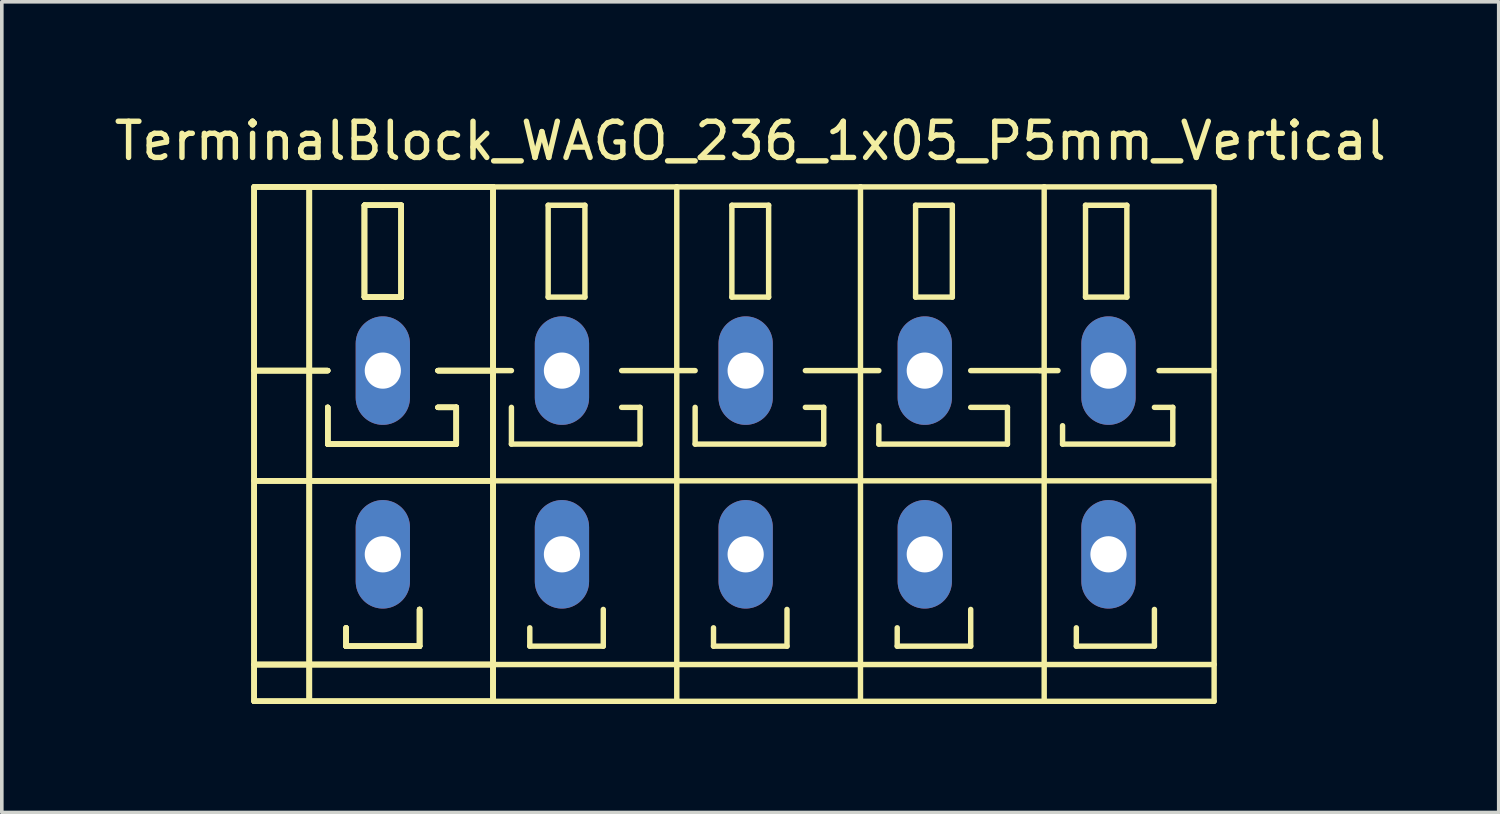
<source format=kicad_pcb>
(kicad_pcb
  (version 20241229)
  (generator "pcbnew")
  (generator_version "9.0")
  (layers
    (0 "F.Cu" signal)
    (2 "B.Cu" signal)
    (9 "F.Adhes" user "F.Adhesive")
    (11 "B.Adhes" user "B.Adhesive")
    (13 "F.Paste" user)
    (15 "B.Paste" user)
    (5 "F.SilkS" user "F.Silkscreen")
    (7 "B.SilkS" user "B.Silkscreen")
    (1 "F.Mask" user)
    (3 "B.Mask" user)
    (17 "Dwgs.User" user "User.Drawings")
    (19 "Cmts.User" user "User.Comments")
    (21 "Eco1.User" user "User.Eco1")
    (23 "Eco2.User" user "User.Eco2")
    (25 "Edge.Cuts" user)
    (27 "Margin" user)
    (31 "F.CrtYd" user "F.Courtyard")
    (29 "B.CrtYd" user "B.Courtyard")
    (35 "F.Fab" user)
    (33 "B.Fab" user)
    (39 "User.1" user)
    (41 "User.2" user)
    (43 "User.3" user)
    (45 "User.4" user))
  (footprint "TerminalBlock_WAGO_236_1x05_P5mm_Vertical"
    (layer "F.Cu")
    (at 17.696 9.738)
    (property "Reference" "TerminalBlock_WAGO_236_1x05_P5mm_Vertical" (at 0 -8.89 0) (layer "F.SilkS") (effects (font (size 1 1) (thickness 0.15))))
    (attr through_hole)
    (fp_line (start -13.716 -7.62) (end -12.192 -7.62) (stroke (width 0.15) (type solid)) (layer "F.SilkS"))
    (fp_line (start -13.716 -7.62) (end -12.192 -7.62) (stroke (width 0.15) (type solid)) (layer "F.SilkS"))
    (fp_line (start -13.716 -7.62) (end -12.192 -7.62) (stroke (width 0.15) (type solid)) (layer "F.SilkS"))
    (fp_line (start -13.716 -7.62) (end -12.192 -7.62) (stroke (width 0.15) (type solid)) (layer "F.SilkS"))
    (fp_line (start -13.716 -2.54) (end -11.684 -2.54) (stroke (width 0.15) (type solid)) (layer "F.SilkS"))
    (fp_line (start -13.716 -2.54) (end -11.684 -2.54) (stroke (width 0.15) (type solid)) (layer "F.SilkS"))
    (fp_line (start -13.716 -2.54) (end -11.684 -2.54) (stroke (width 0.15) (type solid)) (layer "F.SilkS"))
    (fp_line (start -13.716 -2.54) (end -11.684 -2.54) (stroke (width 0.15) (type solid)) (layer "F.SilkS"))
    (fp_line (start -13.716 0.508) (end -7.112 0.508) (stroke (width 0.15) (type solid)) (layer "F.SilkS"))
    (fp_line (start -13.716 0.508) (end -7.112 0.508) (stroke (width 0.15) (type solid)) (layer "F.SilkS"))
    (fp_line (start -13.716 0.508) (end -7.112 0.508) (stroke (width 0.15) (type solid)) (layer "F.SilkS"))
    (fp_line (start -13.716 0.508) (end -7.112 0.508) (stroke (width 0.15) (type solid)) (layer "F.SilkS"))
    (fp_line (start -13.716 5.588) (end -7.112 5.588) (stroke (width 0.15) (type solid)) (layer "F.SilkS"))
    (fp_line (start -13.716 5.588) (end -7.112 5.588) (stroke (width 0.15) (type solid)) (layer "F.SilkS"))
    (fp_line (start -13.716 5.588) (end -7.112 5.588) (stroke (width 0.15) (type solid)) (layer "F.SilkS"))
    (fp_line (start -13.716 5.588) (end -7.112 5.588) (stroke (width 0.15) (type solid)) (layer "F.SilkS"))
    (fp_line (start -13.716 6.604) (end -13.716 -7.62) (stroke (width 0.15) (type solid)) (layer "F.SilkS"))
    (fp_line (start -13.716 6.604) (end -13.716 -7.62) (stroke (width 0.15) (type solid)) (layer "F.SilkS"))
    (fp_line (start -13.716 6.604) (end -13.716 -7.62) (stroke (width 0.15) (type solid)) (layer "F.SilkS"))
    (fp_line (start -13.716 6.604) (end -13.716 -7.62) (stroke (width 0.15) (type solid)) (layer "F.SilkS"))
    (fp_line (start -12.192 -7.62) (end -10.16 -7.62) (stroke (width 0.15) (type solid)) (layer "F.SilkS"))
    (fp_line (start -12.192 -7.62) (end -10.16 -7.62) (stroke (width 0.15) (type solid)) (layer "F.SilkS"))
    (fp_line (start -12.192 -7.62) (end -10.16 -7.62) (stroke (width 0.15) (type solid)) (layer "F.SilkS"))
    (fp_line (start -12.192 -7.62) (end -10.16 -7.62) (stroke (width 0.15) (type solid)) (layer "F.SilkS"))
    (fp_line (start -12.192 6.604) (end -13.716 6.604) (stroke (width 0.15) (type solid)) (layer "F.SilkS"))
    (fp_line (start -12.192 6.604) (end -13.716 6.604) (stroke (width 0.15) (type solid)) (layer "F.SilkS"))
    (fp_line (start -12.192 6.604) (end -13.716 6.604) (stroke (width 0.15) (type solid)) (layer "F.SilkS"))
    (fp_line (start -12.192 6.604) (end -13.716 6.604) (stroke (width 0.15) (type solid)) (layer "F.SilkS"))
    (fp_line (start -12.192 6.604) (end -12.192 -7.62) (stroke (width 0.15) (type solid)) (layer "F.SilkS"))
    (fp_line (start -12.192 6.604) (end -12.192 -7.62) (stroke (width 0.15) (type solid)) (layer "F.SilkS"))
    (fp_line (start -12.192 6.604) (end -12.192 -7.62) (stroke (width 0.15) (type solid)) (layer "F.SilkS"))
    (fp_line (start -12.192 6.604) (end -12.192 -7.62) (stroke (width 0.15) (type solid)) (layer "F.SilkS"))
    (fp_line (start -11.684 -1.524) (end -11.684 -0.508) (stroke (width 0.15) (type solid)) (layer "F.SilkS"))
    (fp_line (start -11.684 -1.524) (end -11.684 -0.508) (stroke (width 0.15) (type solid)) (layer "F.SilkS"))
    (fp_line (start -11.684 -1.524) (end -11.684 -0.508) (stroke (width 0.15) (type solid)) (layer "F.SilkS"))
    (fp_line (start -11.684 -1.524) (end -11.684 -0.508) (stroke (width 0.15) (type solid)) (layer "F.SilkS"))
    (fp_line (start -11.684 -0.508) (end -8.128 -0.508) (stroke (width 0.15) (type solid)) (layer "F.SilkS"))
    (fp_line (start -11.684 -0.508) (end -8.128 -0.508) (stroke (width 0.15) (type solid)) (layer "F.SilkS"))
    (fp_line (start -11.684 -0.508) (end -8.128 -0.508) (stroke (width 0.15) (type solid)) (layer "F.SilkS"))
    (fp_line (start -11.684 -0.508) (end -8.128 -0.508) (stroke (width 0.15) (type solid)) (layer "F.SilkS"))
    (fp_line (start -11.176 4.572) (end -11.176 5.08) (stroke (width 0.15) (type solid)) (layer "F.SilkS"))
    (fp_line (start -11.176 4.572) (end -11.176 5.08) (stroke (width 0.15) (type solid)) (layer "F.SilkS"))
    (fp_line (start -11.176 4.572) (end -11.176 5.08) (stroke (width 0.15) (type solid)) (layer "F.SilkS"))
    (fp_line (start -11.176 4.572) (end -11.176 5.08) (stroke (width 0.15) (type solid)) (layer "F.SilkS"))
    (fp_line (start -11.176 5.08) (end -9.144 5.08) (stroke (width 0.15) (type solid)) (layer "F.SilkS"))
    (fp_line (start -11.176 5.08) (end -9.144 5.08) (stroke (width 0.15) (type solid)) (layer "F.SilkS"))
    (fp_line (start -11.176 5.08) (end -9.144 5.08) (stroke (width 0.15) (type solid)) (layer "F.SilkS"))
    (fp_line (start -11.176 5.08) (end -9.144 5.08) (stroke (width 0.15) (type solid)) (layer "F.SilkS"))
    (fp_line (start -10.668 -7.112) (end -9.652 -7.112) (stroke (width 0.15) (type solid)) (layer "F.SilkS"))
    (fp_line (start -10.668 -7.112) (end -9.652 -7.112) (stroke (width 0.15) (type solid)) (layer "F.SilkS"))
    (fp_line (start -10.668 -7.112) (end -9.652 -7.112) (stroke (width 0.15) (type solid)) (layer "F.SilkS"))
    (fp_line (start -10.668 -7.112) (end -9.652 -7.112) (stroke (width 0.15) (type solid)) (layer "F.SilkS"))
    (fp_line (start -10.668 -4.572) (end -10.668 -7.112) (stroke (width 0.15) (type solid)) (layer "F.SilkS"))
    (fp_line (start -10.668 -4.572) (end -10.668 -7.112) (stroke (width 0.15) (type solid)) (layer "F.SilkS"))
    (fp_line (start -10.668 -4.572) (end -10.668 -7.112) (stroke (width 0.15) (type solid)) (layer "F.SilkS"))
    (fp_line (start -10.668 -4.572) (end -10.668 -7.112) (stroke (width 0.15) (type solid)) (layer "F.SilkS"))
    (fp_line (start -10.16 -7.62) (end -7.112 -7.62) (stroke (width 0.15) (type solid)) (layer "F.SilkS"))
    (fp_line (start -10.16 -7.62) (end -7.112 -7.62) (stroke (width 0.15) (type solid)) (layer "F.SilkS"))
    (fp_line (start -10.16 -7.62) (end -7.112 -7.62) (stroke (width 0.15) (type solid)) (layer "F.SilkS"))
    (fp_line (start -10.16 -7.62) (end -7.112 -7.62) (stroke (width 0.15) (type solid)) (layer "F.SilkS"))
    (fp_line (start -9.652 -7.112) (end -9.652 -4.572) (stroke (width 0.15) (type solid)) (layer "F.SilkS"))
    (fp_line (start -9.652 -7.112) (end -9.652 -4.572) (stroke (width 0.15) (type solid)) (layer "F.SilkS"))
    (fp_line (start -9.652 -7.112) (end -9.652 -4.572) (stroke (width 0.15) (type solid)) (layer "F.SilkS"))
    (fp_line (start -9.652 -7.112) (end -9.652 -4.572) (stroke (width 0.15) (type solid)) (layer "F.SilkS"))
    (fp_line (start -9.652 -4.572) (end -10.668 -4.572) (stroke (width 0.15) (type solid)) (layer "F.SilkS"))
    (fp_line (start -9.652 -4.572) (end -10.668 -4.572) (stroke (width 0.15) (type solid)) (layer "F.SilkS"))
    (fp_line (start -9.652 -4.572) (end -10.668 -4.572) (stroke (width 0.15) (type solid)) (layer "F.SilkS"))
    (fp_line (start -9.652 -4.572) (end -10.668 -4.572) (stroke (width 0.15) (type solid)) (layer "F.SilkS"))
    (fp_line (start -9.144 5.08) (end -9.144 4.064) (stroke (width 0.15) (type solid)) (layer "F.SilkS"))
    (fp_line (start -9.144 5.08) (end -9.144 4.064) (stroke (width 0.15) (type solid)) (layer "F.SilkS"))
    (fp_line (start -9.144 5.08) (end -9.144 4.064) (stroke (width 0.15) (type solid)) (layer "F.SilkS"))
    (fp_line (start -9.144 5.08) (end -9.144 4.064) (stroke (width 0.15) (type solid)) (layer "F.SilkS"))
    (fp_line (start -8.636 -2.54) (end -7.112 -2.54) (stroke (width 0.15) (type solid)) (layer "F.SilkS"))
    (fp_line (start -8.636 -2.54) (end -7.112 -2.54) (stroke (width 0.15) (type solid)) (layer "F.SilkS"))
    (fp_line (start -8.636 -2.54) (end -7.112 -2.54) (stroke (width 0.15) (type solid)) (layer "F.SilkS"))
    (fp_line (start -8.636 -2.54) (end -7.112 -2.54) (stroke (width 0.15) (type solid)) (layer "F.SilkS"))
    (fp_line (start -8.128 -1.524) (end -8.636 -1.524) (stroke (width 0.15) (type solid)) (layer "F.SilkS"))
    (fp_line (start -8.128 -1.524) (end -8.636 -1.524) (stroke (width 0.15) (type solid)) (layer "F.SilkS"))
    (fp_line (start -8.128 -1.524) (end -8.636 -1.524) (stroke (width 0.15) (type solid)) (layer "F.SilkS"))
    (fp_line (start -8.128 -1.524) (end -8.636 -1.524) (stroke (width 0.15) (type solid)) (layer "F.SilkS"))
    (fp_line (start -8.128 -0.508) (end -8.128 -1.524) (stroke (width 0.15) (type solid)) (layer "F.SilkS"))
    (fp_line (start -8.128 -0.508) (end -8.128 -1.524) (stroke (width 0.15) (type solid)) (layer "F.SilkS"))
    (fp_line (start -8.128 -0.508) (end -8.128 -1.524) (stroke (width 0.15) (type solid)) (layer "F.SilkS"))
    (fp_line (start -8.128 -0.508) (end -8.128 -1.524) (stroke (width 0.15) (type solid)) (layer "F.SilkS"))
    (fp_line (start -7.112 -7.62) (end -7.112 6.604) (stroke (width 0.15) (type solid)) (layer "F.SilkS"))
    (fp_line (start -7.112 -7.62) (end -7.112 6.604) (stroke (width 0.15) (type solid)) (layer "F.SilkS"))
    (fp_line (start -7.112 -7.62) (end -7.112 6.604) (stroke (width 0.15) (type solid)) (layer "F.SilkS"))
    (fp_line (start -7.112 -7.62) (end -7.112 6.604) (stroke (width 0.15) (type solid)) (layer "F.SilkS"))
    (fp_line (start -7.112 -2.54) (end -6.604 -2.54) (stroke (width 0.15) (type solid)) (layer "F.SilkS"))
    (fp_line (start -7.112 0.508) (end -2.032 0.508) (stroke (width 0.15) (type solid)) (layer "F.SilkS"))
    (fp_line (start -7.112 5.588) (end -2.032 5.588) (stroke (width 0.15) (type solid)) (layer "F.SilkS"))
    (fp_line (start -7.112 6.604) (end -12.192 6.604) (stroke (width 0.15) (type solid)) (layer "F.SilkS"))
    (fp_line (start -7.112 6.604) (end -12.192 6.604) (stroke (width 0.15) (type solid)) (layer "F.SilkS"))
    (fp_line (start -7.112 6.604) (end -12.192 6.604) (stroke (width 0.15) (type solid)) (layer "F.SilkS"))
    (fp_line (start -7.112 6.604) (end -12.192 6.604) (stroke (width 0.15) (type solid)) (layer "F.SilkS"))
    (fp_line (start -7.112 6.604) (end -2.032 6.604) (stroke (width 0.15) (type solid)) (layer "F.SilkS"))
    (fp_line (start -6.604 -1.524) (end -6.604 -0.508) (stroke (width 0.15) (type solid)) (layer "F.SilkS"))
    (fp_line (start -6.604 -0.508) (end -3.048 -0.508) (stroke (width 0.15) (type solid)) (layer "F.SilkS"))
    (fp_line (start -6.096 4.572) (end -6.096 5.08) (stroke (width 0.15) (type solid)) (layer "F.SilkS"))
    (fp_line (start -6.096 5.08) (end -4.064 5.08) (stroke (width 0.15) (type solid)) (layer "F.SilkS"))
    (fp_line (start -5.588 -7.112) (end -5.588 -4.572) (stroke (width 0.15) (type solid)) (layer "F.SilkS"))
    (fp_line (start -5.588 -4.572) (end -4.572 -4.572) (stroke (width 0.15) (type solid)) (layer "F.SilkS"))
    (fp_line (start -4.572 -7.112) (end -5.588 -7.112) (stroke (width 0.15) (type solid)) (layer "F.SilkS"))
    (fp_line (start -4.572 -4.572) (end -4.572 -7.112) (stroke (width 0.15) (type solid)) (layer "F.SilkS"))
    (fp_line (start -4.064 5.08) (end -4.064 4.064) (stroke (width 0.15) (type solid)) (layer "F.SilkS"))
    (fp_line (start -3.556 -2.54) (end -2.032 -2.54) (stroke (width 0.15) (type solid)) (layer "F.SilkS"))
    (fp_line (start -3.048 -1.524) (end -3.556 -1.524) (stroke (width 0.15) (type solid)) (layer "F.SilkS"))
    (fp_line (start -3.048 -0.508) (end -3.048 -1.524) (stroke (width 0.15) (type solid)) (layer "F.SilkS"))
    (fp_line (start -2.032 -7.62) (end -7.112 -7.62) (stroke (width 0.15) (type solid)) (layer "F.SilkS"))
    (fp_line (start -2.032 -2.54) (end -1.524 -2.54) (stroke (width 0.15) (type solid)) (layer "F.SilkS"))
    (fp_line (start -2.032 0.508) (end 3.048 0.508) (stroke (width 0.15) (type solid)) (layer "F.SilkS"))
    (fp_line (start -2.032 5.588) (end 3.048 5.588) (stroke (width 0.15) (type solid)) (layer "F.SilkS"))
    (fp_line (start -2.032 6.604) (end -2.032 -7.62) (stroke (width 0.15) (type solid)) (layer "F.SilkS"))
    (fp_line (start -2.032 6.604) (end 3.048 6.604) (stroke (width 0.15) (type solid)) (layer "F.SilkS"))
    (fp_line (start -1.524 -1.524) (end -1.524 -0.508) (stroke (width 0.15) (type solid)) (layer "F.SilkS"))
    (fp_line (start -1.524 -0.508) (end 2.032 -0.508) (stroke (width 0.15) (type solid)) (layer "F.SilkS"))
    (fp_line (start -1.016 4.572) (end -1.016 5.08) (stroke (width 0.15) (type solid)) (layer "F.SilkS"))
    (fp_line (start -1.016 5.08) (end 1.016 5.08) (stroke (width 0.15) (type solid)) (layer "F.SilkS"))
    (fp_line (start -0.508 -7.112) (end -0.508 -4.572) (stroke (width 0.15) (type solid)) (layer "F.SilkS"))
    (fp_line (start -0.508 -4.572) (end 0.508 -4.572) (stroke (width 0.15) (type solid)) (layer "F.SilkS"))
    (fp_line (start 0.508 -7.112) (end -0.508 -7.112) (stroke (width 0.15) (type solid)) (layer "F.SilkS"))
    (fp_line (start 0.508 -4.572) (end 0.508 -7.112) (stroke (width 0.15) (type solid)) (layer "F.SilkS"))
    (fp_line (start 1.016 5.08) (end 1.016 4.064) (stroke (width 0.15) (type solid)) (layer "F.SilkS"))
    (fp_line (start 1.524 -2.54) (end 3.048 -2.54) (stroke (width 0.15) (type solid)) (layer "F.SilkS"))
    (fp_line (start 2.032 -1.524) (end 1.524 -1.524) (stroke (width 0.15) (type solid)) (layer "F.SilkS"))
    (fp_line (start 2.032 -0.508) (end 2.032 -1.524) (stroke (width 0.15) (type solid)) (layer "F.SilkS"))
    (fp_line (start 3.048 -7.62) (end -2.032 -7.62) (stroke (width 0.15) (type solid)) (layer "F.SilkS"))
    (fp_line (start 3.048 -2.54) (end 3.556 -2.54) (stroke (width 0.15) (type solid)) (layer "F.SilkS"))
    (fp_line (start 3.048 0.508) (end 8.128 0.508) (stroke (width 0.15) (type solid)) (layer "F.SilkS"))
    (fp_line (start 3.048 5.588) (end 8.128 5.588) (stroke (width 0.15) (type solid)) (layer "F.SilkS"))
    (fp_line (start 3.048 6.604) (end 3.048 -7.62) (stroke (width 0.15) (type solid)) (layer "F.SilkS"))
    (fp_line (start 3.048 6.604) (end 8.128 6.604) (stroke (width 0.15) (type solid)) (layer "F.SilkS"))
    (fp_line (start 3.556 -1.016) (end 3.556 -0.508) (stroke (width 0.15) (type solid)) (layer "F.SilkS"))
    (fp_line (start 3.556 -0.508) (end 7.112 -0.508) (stroke (width 0.15) (type solid)) (layer "F.SilkS"))
    (fp_line (start 4.064 4.572) (end 4.064 5.08) (stroke (width 0.15) (type solid)) (layer "F.SilkS"))
    (fp_line (start 4.064 5.08) (end 6.096 5.08) (stroke (width 0.15) (type solid)) (layer "F.SilkS"))
    (fp_line (start 4.572 -7.112) (end 4.572 -4.572) (stroke (width 0.15) (type solid)) (layer "F.SilkS"))
    (fp_line (start 4.572 -4.572) (end 5.588 -4.572) (stroke (width 0.15) (type solid)) (layer "F.SilkS"))
    (fp_line (start 5.588 -7.112) (end 4.572 -7.112) (stroke (width 0.15) (type solid)) (layer "F.SilkS"))
    (fp_line (start 5.588 -4.572) (end 5.588 -7.112) (stroke (width 0.15) (type solid)) (layer "F.SilkS"))
    (fp_line (start 6.096 -2.54) (end 8.128 -2.54) (stroke (width 0.15) (type solid)) (layer "F.SilkS"))
    (fp_line (start 6.096 5.08) (end 6.096 4.064) (stroke (width 0.15) (type solid)) (layer "F.SilkS"))
    (fp_line (start 7.112 -1.524) (end 6.096 -1.524) (stroke (width 0.15) (type solid)) (layer "F.SilkS"))
    (fp_line (start 7.112 -0.508) (end 7.112 -1.524) (stroke (width 0.15) (type solid)) (layer "F.SilkS"))
    (fp_line (start 8.001 -2.54) (end 8.509 -2.54) (stroke (width 0.15) (type solid)) (layer "F.SilkS"))
    (fp_line (start 8.128 -7.62) (end 3.048 -7.62) (stroke (width 0.15) (type solid)) (layer "F.SilkS"))
    (fp_line (start 8.128 0.508) (end 12.827 0.508) (stroke (width 0.15) (type solid)) (layer "F.SilkS"))
    (fp_line (start 8.128 5.588) (end 12.827 5.588) (stroke (width 0.15) (type solid)) (layer "F.SilkS"))
    (fp_line (start 8.128 6.604) (end 8.128 -7.62) (stroke (width 0.15) (type solid)) (layer "F.SilkS"))
    (fp_line (start 8.128 6.604) (end 12.827 6.604) (stroke (width 0.15) (type solid)) (layer "F.SilkS"))
    (fp_line (start 8.636 -1.016) (end 8.636 -0.508) (stroke (width 0.15) (type solid)) (layer "F.SilkS"))
    (fp_line (start 8.636 -0.508) (end 11.684 -0.508) (stroke (width 0.15) (type solid)) (layer "F.SilkS"))
    (fp_line (start 9.017 4.572) (end 9.017 5.08) (stroke (width 0.15) (type solid)) (layer "F.SilkS"))
    (fp_line (start 9.017 5.08) (end 11.176 5.08) (stroke (width 0.15) (type solid)) (layer "F.SilkS"))
    (fp_line (start 9.271 -7.112) (end 10.414 -7.112) (stroke (width 0.15) (type solid)) (layer "F.SilkS"))
    (fp_line (start 9.271 -4.572) (end 9.271 -7.112) (stroke (width 0.15) (type solid)) (layer "F.SilkS"))
    (fp_line (start 10.414 -7.112) (end 10.414 -4.572) (stroke (width 0.15) (type solid)) (layer "F.SilkS"))
    (fp_line (start 10.414 -4.572) (end 9.271 -4.572) (stroke (width 0.15) (type solid)) (layer "F.SilkS"))
    (fp_line (start 11.176 5.08) (end 11.176 4.064) (stroke (width 0.15) (type solid)) (layer "F.SilkS"))
    (fp_line (start 11.303 -2.54) (end 12.827 -2.54) (stroke (width 0.15) (type solid)) (layer "F.SilkS"))
    (fp_line (start 11.684 -1.524) (end 11.176 -1.524) (stroke (width 0.15) (type solid)) (layer "F.SilkS"))
    (fp_line (start 11.684 -0.508) (end 11.684 -1.524) (stroke (width 0.15) (type solid)) (layer "F.SilkS"))
    (fp_line (start 12.827 -7.62) (end 8.128 -7.62) (stroke (width 0.15) (type solid)) (layer "F.SilkS"))
    (fp_line (start 12.827 6.604) (end 12.827 -7.62) (stroke (width 0.15) (type solid)) (layer "F.SilkS"))
    (pad "1" thru_hole oval (at -10.16 -2.54 90) (size 3 1.501) (drill 1.001) (layers "*.Cu" "*.Mask"))
    (pad "1" thru_hole oval (at -10.16 2.54 90) (size 3 1.501) (drill 1.001) (layers "*.Cu" "*.Mask"))
    (pad "2" thru_hole oval (at -5.207 -2.54 90) (size 3 1.501) (drill 1.001) (layers "*.Cu" "*.Mask"))
    (pad "2" thru_hole oval (at -5.207 2.54 90) (size 3 1.501) (drill 1.001) (layers "*.Cu" "*.Mask"))
    (pad "3" thru_hole oval (at -0.127 -2.54 90) (size 3 1.501) (drill 1.001) (layers "*.Cu" "*.Mask"))
    (pad "3" thru_hole oval (at -0.127 2.54 90) (size 3 1.501) (drill 1.001) (layers "*.Cu" "*.Mask"))
    (pad "4" thru_hole oval (at 4.826 -2.54 90) (size 3 1.501) (drill 1.001) (layers "*.Cu" "*.Mask"))
    (pad "4" thru_hole oval (at 4.826 2.54 90) (size 3 1.501) (drill 1.001) (layers "*.Cu" "*.Mask"))
    (pad "5" thru_hole oval (at 9.906 -2.54 90) (size 3 1.501) (drill 1.001) (layers "*.Cu" "*.Mask"))
    (pad "5" thru_hole oval (at 9.906 2.54 90) (size 3 1.501) (drill 1.001) (layers "*.Cu" "*.Mask")))
  (gr_rect
    (start -3 -3)
    (end 38.393 19.417)
    (stroke (width 0.1) (type default))
    (fill no)
    (layer "Edge.Cuts")))
</source>
